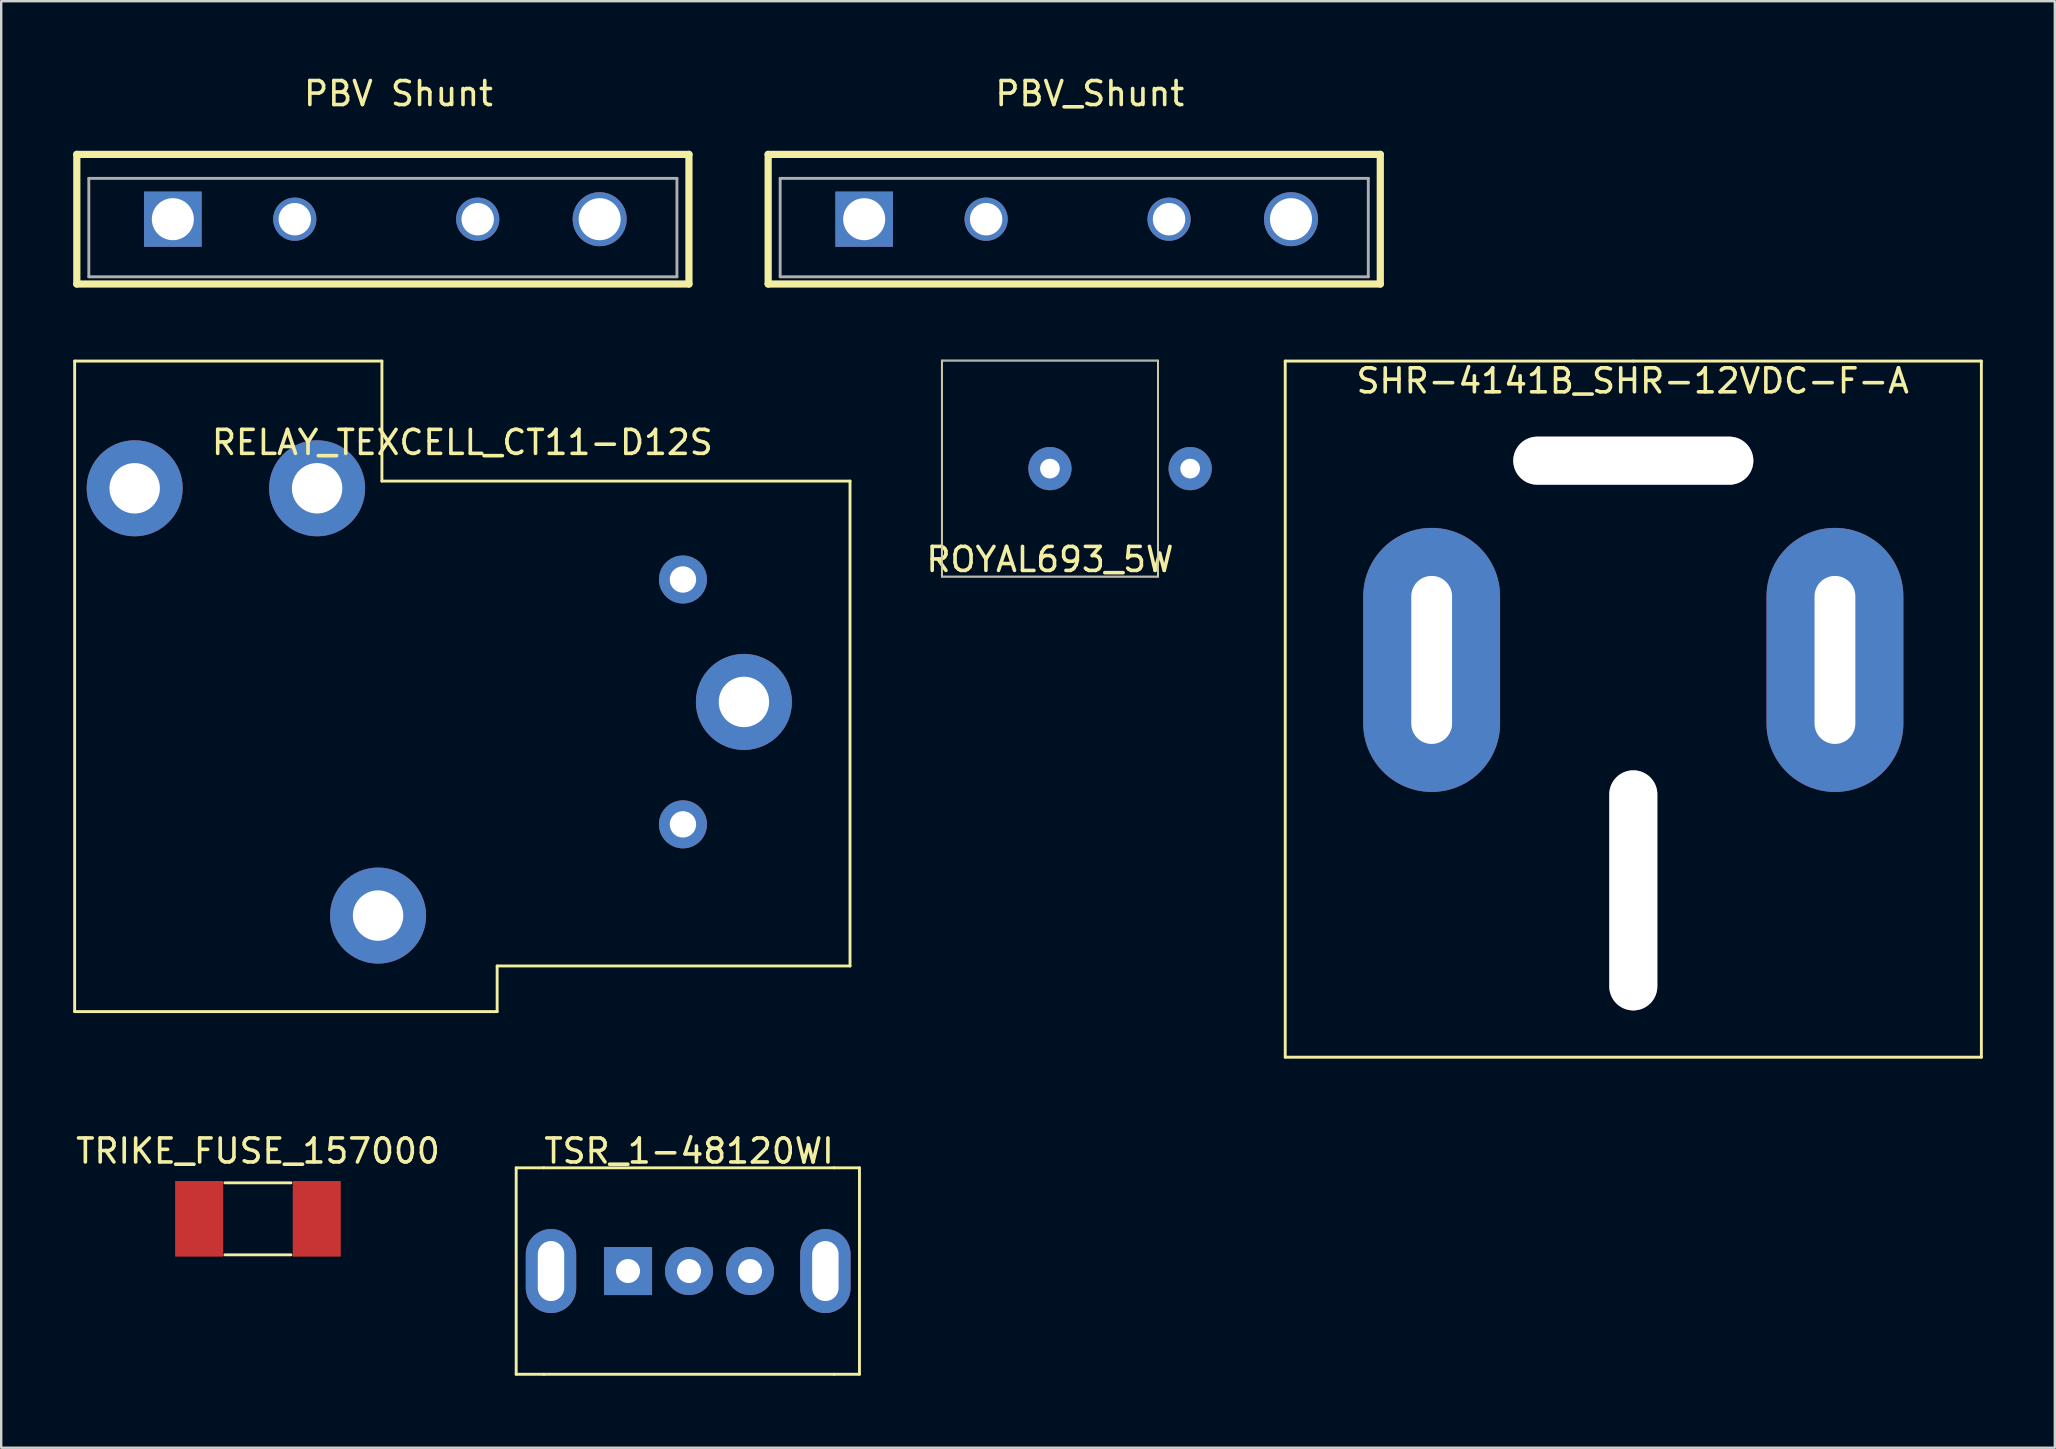
<source format=kicad_pcb>
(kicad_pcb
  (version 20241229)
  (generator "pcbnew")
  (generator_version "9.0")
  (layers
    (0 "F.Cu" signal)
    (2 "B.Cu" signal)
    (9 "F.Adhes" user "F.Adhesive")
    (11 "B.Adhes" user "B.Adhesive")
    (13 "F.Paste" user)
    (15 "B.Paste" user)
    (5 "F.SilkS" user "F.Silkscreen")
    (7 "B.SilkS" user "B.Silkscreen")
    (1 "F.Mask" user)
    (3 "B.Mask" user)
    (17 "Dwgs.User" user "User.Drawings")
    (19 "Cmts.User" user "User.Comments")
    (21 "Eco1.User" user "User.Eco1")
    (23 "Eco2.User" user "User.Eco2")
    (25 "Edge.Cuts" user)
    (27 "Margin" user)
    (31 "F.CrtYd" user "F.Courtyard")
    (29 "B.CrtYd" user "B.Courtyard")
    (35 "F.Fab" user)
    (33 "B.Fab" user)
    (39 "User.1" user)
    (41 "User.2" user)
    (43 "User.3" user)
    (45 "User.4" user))
  (footprint "TRIKE_FUSE_157000"
    (layer "F.Cu")
    (at 7.696 47.724)
    (property "Reference" "TRIKE_FUSE_157000" (at 0 -2.825 0) (layer "F.SilkS") (effects (font (size 1 1) (thickness 0.15))))
    (attr through_hole)
    (fp_line (start -1.375 -1.5) (end 1.375 -1.5) (stroke (width 0.12) (type solid)) (layer "F.SilkS"))
    (fp_line (start -1.375 1.5) (end 1.375 1.5) (stroke (width 0.12) (type solid)) (layer "F.SilkS"))
    (pad "1" smd rect (at 2.45 0) (size 2 3.15) (layers "F.Cu" "F.Mask" "F.Paste"))
    (pad "2" smd rect (at -2.45 0) (size 2 3.15) (layers "F.Cu" "F.Mask" "F.Paste")))
  (footprint "RELAY_TEXCELL_CT11-D12S"
    (layer "F.Cu")
    (at 16.21 25.541)
    (property "Reference" "RELAY_TEXCELL_CT11-D12S" (at 0 -10.16 0) (layer "F.SilkS") (effects (font (size 1 1) (thickness 0.15))))
    (attr through_hole)
    (fp_line (start -16.15 -13.55) (end -16.15 13.55) (stroke (width 0.12) (type solid)) (layer "F.SilkS"))
    (fp_line (start -16.15 -13.55) (end -3.35 -13.55) (stroke (width 0.12) (type solid)) (layer "F.SilkS"))
    (fp_line (start -16.15 13.55) (end 1.45 13.55) (stroke (width 0.12) (type solid)) (layer "F.SilkS"))
    (fp_line (start -3.35 -13.55) (end -3.35 -8.55) (stroke (width 0.12) (type solid)) (layer "F.SilkS"))
    (fp_line (start 1.45 11.65) (end 16.15 11.65) (stroke (width 0.12) (type solid)) (layer "F.SilkS"))
    (fp_line (start 1.45 13.55) (end 1.45 11.65) (stroke (width 0.12) (type solid)) (layer "F.SilkS"))
    (fp_line (start 16.15 -8.55) (end -3.35 -8.55) (stroke (width 0.12) (type solid)) (layer "F.SilkS"))
    (fp_line (start 16.15 11.65) (end 16.15 -8.55) (stroke (width 0.12) (type solid)) (layer "F.SilkS"))
    (pad "1" thru_hole circle (at -13.65 -8.25) (size 4 4) (drill 2.1) (layers "*.Cu" "*.Mask"))
    (pad "2" thru_hole circle (at -6.05 -8.25) (size 4 4) (drill 2.1) (layers "*.Cu" "*.Mask"))
    (pad "3" thru_hole circle (at 9.19 -4.45) (size 2 2) (drill 1.1) (layers "*.Cu" "*.Mask"))
    (pad "4" thru_hole circle (at 11.73 0.65) (size 4 4) (drill 2.1) (layers "*.Cu" "*.Mask"))
    (pad "5" thru_hole circle (at 9.19 5.75) (size 2 2) (drill 1.1) (layers "*.Cu" "*.Mask"))
    (pad "6" thru_hole circle (at -3.51 9.55) (size 4 4) (drill 2.1) (layers "*.Cu" "*.Mask")))
  (footprint "TSR_1-48120WI"
    (layer "F.Cu")
    (at 25.653 49.899)
    (property "Reference" "TSR_1-48120WI" (at 0 -5 0) (layer "F.SilkS") (effects (font (size 1 1) (thickness 0.15))))
    (attr through_hole)
    (fp_line (start -7.2 4.3) (end -7.2 -4.3) (stroke (width 0.12) (type solid)) (layer "F.SilkS"))
    (fp_line (start -6.05 -4.3) (end -7.2 -4.3) (stroke (width 0.12) (type solid)) (layer "F.SilkS"))
    (fp_line (start -6.05 -4.3) (end 6.05 -4.3) (stroke (width 0.12) (type solid)) (layer "F.SilkS"))
    (fp_line (start -6.05 4.3) (end -7.2 4.3) (stroke (width 0.12) (type solid)) (layer "F.SilkS"))
    (fp_line (start -6.05 4.3) (end 6.05 4.3) (stroke (width 0.12) (type solid)) (layer "F.SilkS"))
    (fp_line (start 6.05 4.3) (end 7.1 4.3) (stroke (width 0.12) (type solid)) (layer "F.SilkS"))
    (fp_line (start 7.1 -4.3) (end 6.05 -4.3) (stroke (width 0.12) (type solid)) (layer "F.SilkS"))
    (fp_line (start 7.1 -4.3) (end 7.1 4.3) (stroke (width 0.12) (type solid)) (layer "F.SilkS"))
    (pad "1" thru_hole rect (at -2.54 0) (size 2 2) (drill 1) (layers "*.Cu" "*.Mask"))
    (pad "2" thru_hole circle (at 0 0) (size 2 2) (drill 1) (layers "*.Cu" "*.Mask"))
    (pad "3" thru_hole circle (at 2.54 0) (size 2 2) (drill 1) (layers "*.Cu" "*.Mask"))
    (pad "4" thru_hole oval (at -5.75 0) (size 2.1 3.5) (drill oval 1.1 2.5) (layers "*.Cu" "*.Mask"))
    (pad "5" thru_hole oval (at 5.68 0) (size 2.1 3.5) (drill oval 1.1 2.5) (layers "*.Cu" "*.Mask")))
  (footprint "PBV_Shunt"
    (layer "F.Cu")
    (at 32.95 6.081)
    (property "Reference" "PBV_Shunt" (at 9.398 -5.232 0) (layer "F.SilkS") (effects (font (size 1 1) (thickness 0.15))))
    (attr through_hole)
    (fp_line (start -4 -2.7) (end 21.5 -2.7) (stroke (width 0.3) (type solid)) (layer "F.SilkS"))
    (fp_line (start -4 2.7) (end -4 -2.7) (stroke (width 0.3) (type solid)) (layer "F.SilkS"))
    (fp_line (start -4 2.7) (end 21.5 2.7) (stroke (width 0.3) (type solid)) (layer "F.SilkS"))
    (fp_line (start 21.5 2.7) (end 21.5 -2.7) (stroke (width 0.3) (type solid)) (layer "F.SilkS"))
    (fp_line (start -3.5 -1.7) (end 21 -1.7) (stroke (width 0.12) (type solid)) (layer "F.Fab"))
    (fp_line (start -3.5 2.4) (end -3.5 -1.7) (stroke (width 0.12) (type solid)) (layer "F.Fab"))
    (fp_line (start 21 -1.7) (end 21 2.4) (stroke (width 0.12) (type solid)) (layer "F.Fab"))
    (fp_line (start 21 2.4) (end -3.5 2.4) (stroke (width 0.12) (type solid)) (layer "F.Fab"))
    (pad "1" thru_hole rect (at 0 0) (size 2.4 2.3) (drill 1.75) (layers "*.Cu" "*.Mask"))
    (pad "2" thru_hole circle (at 5.08 0) (size 1.8 1.8) (drill 1.35) (layers "*.Cu" "*.Mask"))
    (pad "3" thru_hole circle (at 12.7 0) (size 1.8 1.8) (drill 1.35) (layers "*.Cu" "*.Mask"))
    (pad "4" thru_hole circle (at 17.78 0 90) (size 2.25 2.25) (drill 1.75) (layers "*.Cu" "*.Mask")))
  (footprint "SHR-4141B_SHR-12VDC-F-A"
    (layer "F.Cu")
    (at 64.99 16.141)
    (property "Reference" "SHR-4141B_SHR-12VDC-F-A" (at -0.025 -3.325 0) (layer "F.SilkS") (effects (font (size 1 1) (thickness 0.15))))
    (attr through_hole)
    (fp_line (start -14.5 -4.15) (end -14.5 24.85) (stroke (width 0.12) (type solid)) (layer "F.SilkS"))
    (fp_line (start -14.5 24.85) (end 14.5 24.85) (stroke (width 0.12) (type solid)) (layer "F.SilkS"))
    (fp_line (start 0 -4.15) (end -14.5 -4.15) (stroke (width 0.12) (type solid)) (layer "F.SilkS"))
    (fp_line (start 14.5 -4.15) (end 0 -4.15) (stroke (width 0.12) (type solid)) (layer "F.SilkS"))
    (fp_line (start 14.5 24.85) (end 14.5 -4.15) (stroke (width 0.12) (type solid)) (layer "F.SilkS"))
    (pad "1" thru_hole oval (at -8.4 8.3 90) (size 11 5.7) (drill oval 7 1.7) (layers "*.Cu" "*.Mask"))
    (pad "2" thru_hole oval (at 8.4 8.3 90) (size 11 5.7) (drill oval 7 1.7) (layers "*.Cu" "*.Mask"))
    (pad "3" thru_hole oval (at 0 0) (size 10 2) (drill oval 10 2) (layers "*.Cu" "*.Mask"))
    (pad "4" thru_hole oval (at 0 17.9 90) (size 10 2) (drill oval 10 2) (layers "*.Cu" "*.Mask")))
  (footprint "ROYAL693_5W"
    (layer "F.Cu")
    (at 40.688 16.471)
    (property "Reference" "ROYAL693_5W" (at 0 3.785 0) (layer "F.SilkS") (effects (font (size 1 1) (thickness 0.15))))
    (attr through_hole)
    (fp_line (start -4.5 -4.5) (end 4.5 -4.5) (stroke (width 0.08) (type solid)) (layer "F.SilkS"))
    (fp_line (start -4.5 4.5) (end -4.5 -4.5) (stroke (width 0.08) (type solid)) (layer "F.SilkS"))
    (fp_line (start 4.5 -4.5) (end 4.5 4.5) (stroke (width 0.08) (type solid)) (layer "F.SilkS"))
    (fp_line (start 4.5 4.5) (end -4.5 4.5) (stroke (width 0.08) (type solid)) (layer "F.SilkS"))
    (fp_line (start -4.5 -4.5) (end -4.5 4.5) (stroke (width 0.04) (type solid)) (layer "F.Fab"))
    (fp_line (start -4.5 4.5) (end 4.5 4.5) (stroke (width 0.04) (type solid)) (layer "F.Fab"))
    (fp_line (start 4.5 -4.5) (end -4.5 -4.5) (stroke (width 0.04) (type solid)) (layer "F.Fab"))
    (fp_line (start 4.5 4.5) (end 4.5 -4.5) (stroke (width 0.04) (type solid)) (layer "F.Fab"))
    (pad "1" thru_hole circle (at 0 0) (size 1.8 1.8) (drill 0.82) (layers "*.Cu" "*.Mask"))
    (pad "2" thru_hole circle (at 5.842 0) (size 1.8 1.8) (drill 0.82) (layers "*.Cu" "*.Mask")))
  (footprint "PBV Shunt"
    (layer "F.Cu")
    (at 4.15 6.081)
    (property "Reference" "PBV Shunt" (at 9.398 -5.232 0) (layer "F.SilkS") (effects (font (size 1 1) (thickness 0.15))))
    (attr through_hole)
    (fp_line (start -4 -2.7) (end 21.5 -2.7) (stroke (width 0.3) (type solid)) (layer "F.SilkS"))
    (fp_line (start -4 2.7) (end -4 -2.7) (stroke (width 0.3) (type solid)) (layer "F.SilkS"))
    (fp_line (start -4 2.7) (end 21.5 2.7) (stroke (width 0.3) (type solid)) (layer "F.SilkS"))
    (fp_line (start 21.5 2.7) (end 21.5 -2.7) (stroke (width 0.3) (type solid)) (layer "F.SilkS"))
    (fp_line (start -3.5 -1.7) (end 21 -1.7) (stroke (width 0.12) (type solid)) (layer "F.Fab"))
    (fp_line (start -3.5 2.4) (end -3.5 -1.7) (stroke (width 0.12) (type solid)) (layer "F.Fab"))
    (fp_line (start 21 -1.7) (end 21 2.4) (stroke (width 0.12) (type solid)) (layer "F.Fab"))
    (fp_line (start 21 2.4) (end -3.5 2.4) (stroke (width 0.12) (type solid)) (layer "F.Fab"))
    (pad "1" thru_hole rect (at 0 0) (size 2.4 2.3) (drill 1.75) (layers "*.Cu" "*.Mask"))
    (pad "2" thru_hole circle (at 5.08 0) (size 1.8 1.8) (drill 1.35) (layers "*.Cu" "*.Mask"))
    (pad "3" thru_hole circle (at 12.7 0) (size 1.8 1.8) (drill 1.35) (layers "*.Cu" "*.Mask"))
    (pad "4" thru_hole circle (at 17.78 0 90) (size 2.25 2.25) (drill 1.75) (layers "*.Cu" "*.Mask")))
  (gr_rect
    (start -3 -3)
    (end 82.55 57.259)
    (stroke (width 0.1) (type default))
    (fill no)
    (layer "Edge.Cuts")))
</source>
